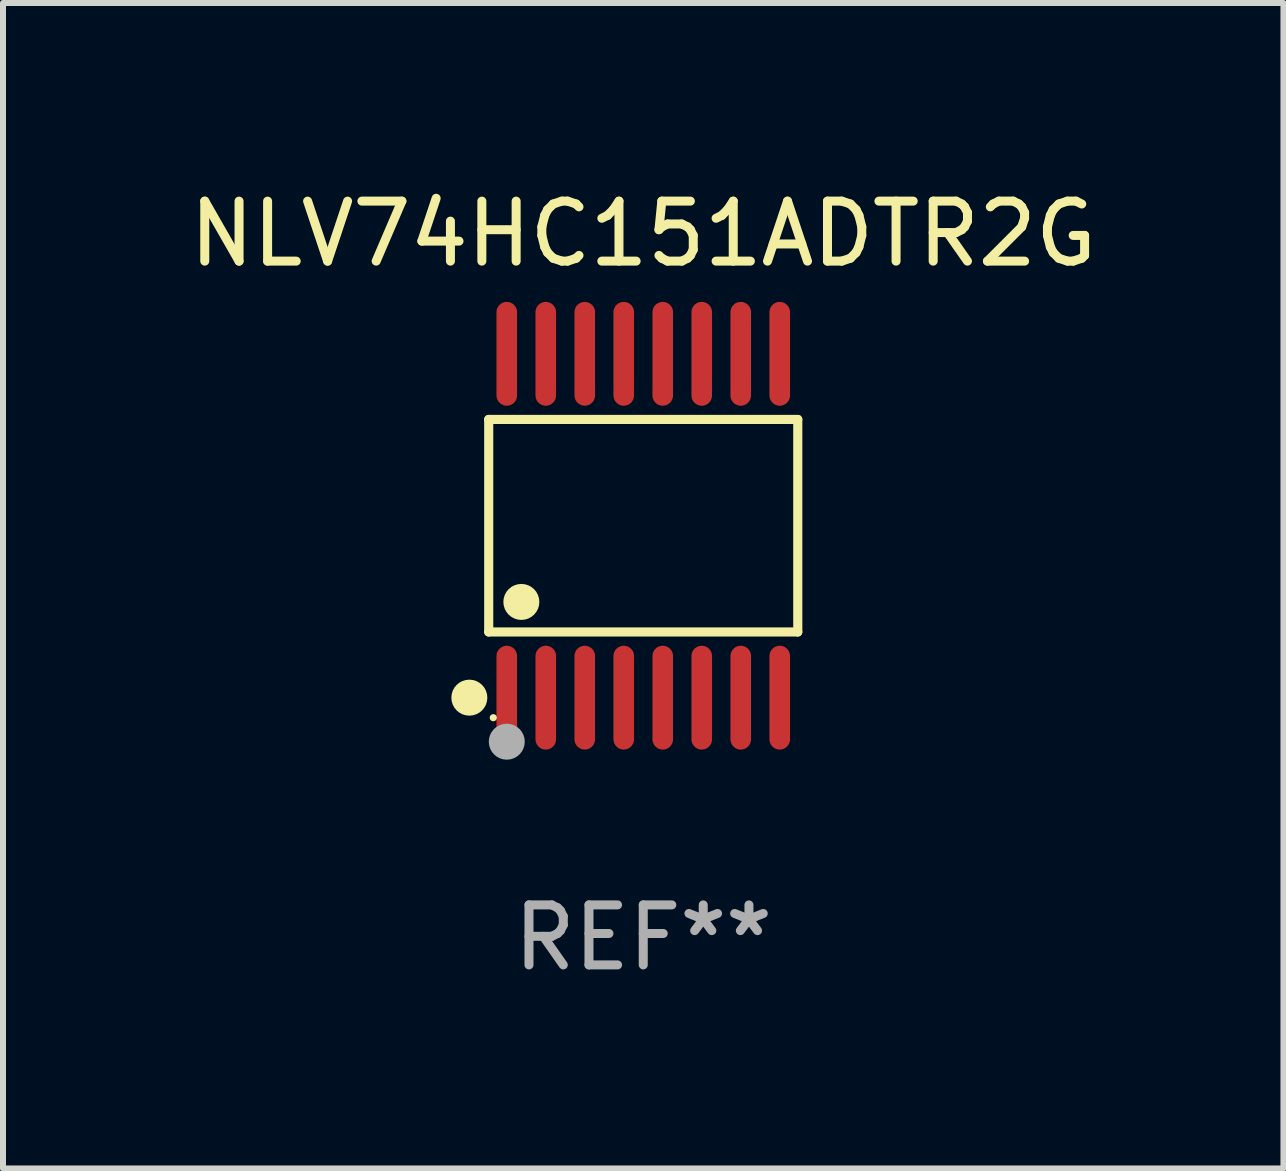
<source format=kicad_pcb>
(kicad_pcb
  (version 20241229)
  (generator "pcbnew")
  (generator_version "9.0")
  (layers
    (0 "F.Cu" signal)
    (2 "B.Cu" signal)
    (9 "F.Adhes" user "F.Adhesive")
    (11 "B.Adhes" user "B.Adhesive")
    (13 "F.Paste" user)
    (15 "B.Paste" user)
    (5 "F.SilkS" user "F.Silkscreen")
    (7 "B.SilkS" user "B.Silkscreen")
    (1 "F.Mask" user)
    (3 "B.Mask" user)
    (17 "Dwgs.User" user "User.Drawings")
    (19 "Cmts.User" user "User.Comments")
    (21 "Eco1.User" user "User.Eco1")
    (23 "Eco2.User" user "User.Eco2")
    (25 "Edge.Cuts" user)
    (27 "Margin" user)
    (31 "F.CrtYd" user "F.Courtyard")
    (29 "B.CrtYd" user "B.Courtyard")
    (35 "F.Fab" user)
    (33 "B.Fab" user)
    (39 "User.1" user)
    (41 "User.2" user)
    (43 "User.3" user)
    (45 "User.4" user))
  (footprint "NLV74HC151ADTR2G"
    (layer "F.Cu")
    (at 7.673 5.714)
    (property "Reference" "NLV74HC151ADTR2G" (at 0 -4.866 0) (layer "F.SilkS") (effects (font (size 1 1) (thickness 0.15))))
    (attr through_hole)
    (fp_line (start -2.576 -1.772) (end 2.576 -1.772) (stroke (width 0.152) (type solid)) (layer "F.SilkS"))
    (fp_line (start -2.576 1.771) (end -2.576 -1.772) (stroke (width 0.152) (type solid)) (layer "F.SilkS"))
    (fp_line (start 2.576 -1.772) (end 2.576 1.771) (stroke (width 0.152) (type solid)) (layer "F.SilkS"))
    (fp_line (start 2.576 1.771) (end -2.576 1.771) (stroke (width 0.152) (type solid)) (layer "F.SilkS"))
    (fp_circle (center -2.899 2.866) (end -2.749 2.866) (stroke (width 0.3) (type solid)) (fill no) (layer "F.SilkS"))
    (fp_circle (center -2.5 3.2) (end -2.47 3.2) (stroke (width 0.06) (type solid)) (fill no) (layer "F.SilkS"))
    (fp_circle (center -2.032 1.27) (end -1.882 1.27) (stroke (width 0.3) (type solid)) (fill no) (layer "F.SilkS"))
    (fp_circle (center -2.275 3.6) (end -2.125 3.6) (stroke (width 0.3) (type solid)) (fill no) (layer "F.Fab"))
    (fp_text user "REF**" (at 0 6.866 0) (layer "F.Fab") (effects (font (size 1 1) (thickness 0.15))))
    (pad "1" smd oval (at -2.275 2.866) (size 0.343 1.731) (layers "F.Cu" "F.Mask" "F.Paste"))
    (pad "2" smd oval (at -1.625 2.866) (size 0.343 1.731) (layers "F.Cu" "F.Mask" "F.Paste"))
    (pad "3" smd oval (at -0.975 2.866) (size 0.343 1.731) (layers "F.Cu" "F.Mask" "F.Paste"))
    (pad "4" smd oval (at -0.325 2.866) (size 0.343 1.731) (layers "F.Cu" "F.Mask" "F.Paste"))
    (pad "5" smd oval (at 0.325 2.866) (size 0.343 1.731) (layers "F.Cu" "F.Mask" "F.Paste"))
    (pad "6" smd oval (at 0.975 2.866) (size 0.343 1.731) (layers "F.Cu" "F.Mask" "F.Paste"))
    (pad "7" smd oval (at 1.625 2.866) (size 0.343 1.731) (layers "F.Cu" "F.Mask" "F.Paste"))
    (pad "8" smd oval (at 2.275 2.866) (size 0.343 1.731) (layers "F.Cu" "F.Mask" "F.Paste"))
    (pad "9" smd oval (at 2.275 -2.866) (size 0.343 1.731) (layers "F.Cu" "F.Mask" "F.Paste"))
    (pad "10" smd oval (at 1.625 -2.866) (size 0.343 1.731) (layers "F.Cu" "F.Mask" "F.Paste"))
    (pad "11" smd oval (at 0.975 -2.866) (size 0.343 1.731) (layers "F.Cu" "F.Mask" "F.Paste"))
    (pad "12" smd oval (at 0.325 -2.866) (size 0.343 1.731) (layers "F.Cu" "F.Mask" "F.Paste"))
    (pad "13" smd oval (at -0.325 -2.866) (size 0.343 1.731) (layers "F.Cu" "F.Mask" "F.Paste"))
    (pad "14" smd oval (at -0.975 -2.866) (size 0.343 1.731) (layers "F.Cu" "F.Mask" "F.Paste"))
    (pad "15" smd oval (at -1.625 -2.866) (size 0.343 1.731) (layers "F.Cu" "F.Mask" "F.Paste"))
    (pad "16" smd oval (at -2.275 -2.866) (size 0.343 1.731) (layers "F.Cu" "F.Mask" "F.Paste")))
  (gr_rect
    (start -3 -3)
    (end 18.345 16.428)
    (stroke (width 0.1) (type default))
    (fill no)
    (layer "Edge.Cuts")))
</source>
